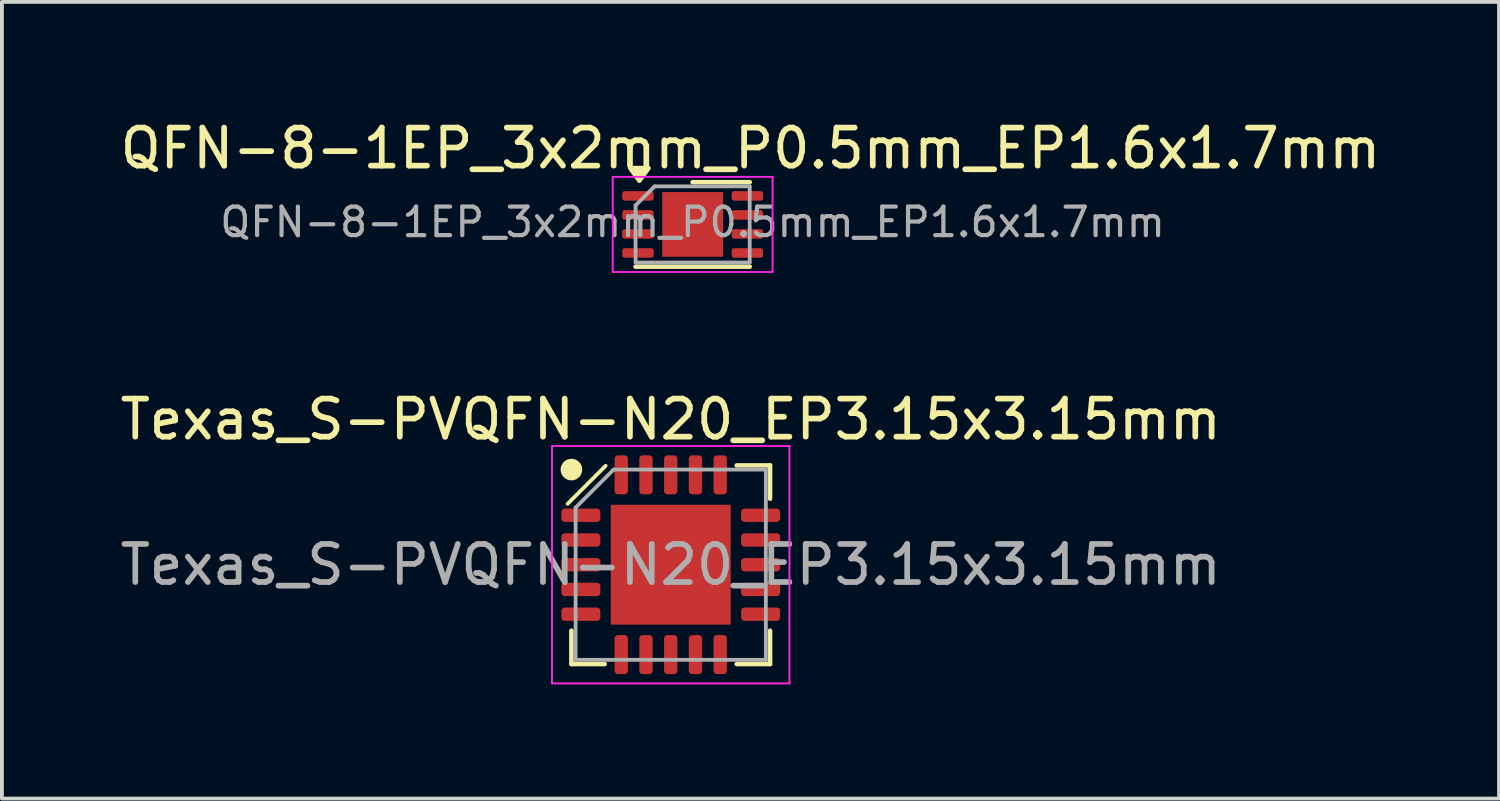
<source format=kicad_pcb>
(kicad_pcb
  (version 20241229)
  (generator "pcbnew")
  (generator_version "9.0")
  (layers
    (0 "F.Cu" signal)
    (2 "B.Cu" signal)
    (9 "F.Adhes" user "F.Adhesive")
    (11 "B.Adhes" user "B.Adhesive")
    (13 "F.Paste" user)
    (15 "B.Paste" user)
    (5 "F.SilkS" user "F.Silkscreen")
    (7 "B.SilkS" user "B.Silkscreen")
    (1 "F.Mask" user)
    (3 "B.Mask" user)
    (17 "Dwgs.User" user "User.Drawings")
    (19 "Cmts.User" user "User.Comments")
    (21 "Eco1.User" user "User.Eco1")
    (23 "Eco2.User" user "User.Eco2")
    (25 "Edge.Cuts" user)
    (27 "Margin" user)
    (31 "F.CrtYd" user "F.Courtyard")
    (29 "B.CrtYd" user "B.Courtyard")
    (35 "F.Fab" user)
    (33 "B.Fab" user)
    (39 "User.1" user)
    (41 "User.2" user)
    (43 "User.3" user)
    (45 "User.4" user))
  (footprint "Texas_S-PVQFN-N20_EP3.15x3.15mm"
    (layer "F.Cu")
    (at 14.577 11.791)
    (property "Reference" "Texas_S-PVQFN-N20_EP3.15x3.15mm" (at 0 -3.82 0) (layer "F.SilkS") (effects (font (size 1 1) (thickness 0.15))))
    (attr smd)
    (fp_line (start -2.71 -1.6) (end -1.71 -2.6) (stroke (width 0.1) (type solid)) (layer "F.SilkS"))
    (fp_line (start -2.61 2.61) (end -2.61 1.735) (stroke (width 0.12) (type solid)) (layer "F.SilkS"))
    (fp_line (start -1.735 2.61) (end -2.61 2.61) (stroke (width 0.12) (type solid)) (layer "F.SilkS"))
    (fp_line (start 1.735 -2.61) (end 2.61 -2.61) (stroke (width 0.12) (type solid)) (layer "F.SilkS"))
    (fp_line (start 1.735 2.61) (end 2.61 2.61) (stroke (width 0.12) (type solid)) (layer "F.SilkS"))
    (fp_line (start 2.61 -2.61) (end 2.61 -1.735) (stroke (width 0.12) (type solid)) (layer "F.SilkS"))
    (fp_line (start 2.61 2.61) (end 2.61 1.735) (stroke (width 0.12) (type solid)) (layer "F.SilkS"))
    (fp_circle (center -2.61 -2.5) (end -2.386 -2.5) (stroke (width 0.12) (type solid)) (fill yes) (layer "F.SilkS"))
    (fp_line (start -3.12 -3.12) (end -3.12 3.12) (stroke (width 0.05) (type solid)) (layer "F.CrtYd"))
    (fp_line (start -3.12 3.12) (end 3.12 3.12) (stroke (width 0.05) (type solid)) (layer "F.CrtYd"))
    (fp_line (start 3.12 -3.12) (end -3.12 -3.12) (stroke (width 0.05) (type solid)) (layer "F.CrtYd"))
    (fp_line (start 3.12 3.12) (end 3.12 -3.12) (stroke (width 0.05) (type solid)) (layer "F.CrtYd"))
    (fp_line (start -2.5 -1.5) (end -1.5 -2.5) (stroke (width 0.1) (type solid)) (layer "F.Fab"))
    (fp_line (start -2.5 2.5) (end -2.5 -1.5) (stroke (width 0.1) (type solid)) (layer "F.Fab"))
    (fp_line (start -1.5 -2.5) (end 2.5 -2.5) (stroke (width 0.1) (type solid)) (layer "F.Fab"))
    (fp_line (start 2.5 -2.5) (end 2.5 2.5) (stroke (width 0.1) (type solid)) (layer "F.Fab"))
    (fp_line (start 2.5 2.5) (end -2.5 2.5) (stroke (width 0.1) (type solid)) (layer "F.Fab"))
    (fp_text user "${REFERENCE}" (at 0 0 0) (layer "F.Fab") (effects (font (size 1 1) (thickness 0.15))))
    (pad "" smd roundrect (at -0.79 -0.79) (size 1.27 1.27) (layers "F.Paste") (roundrect_rratio 0.197))
    (pad "" smd roundrect (at -0.79 0.79) (size 1.27 1.27) (layers "F.Paste") (roundrect_rratio 0.197))
    (pad "" smd roundrect (at 0.79 -0.79) (size 1.27 1.27) (layers "F.Paste") (roundrect_rratio 0.197))
    (pad "" smd roundrect (at 0.79 0.79) (size 1.27 1.27) (layers "F.Paste") (roundrect_rratio 0.197))
    (pad "0" smd rect (at 0 0) (size 3.15 3.15) (layers "F.Cu" "F.Mask"))
    (pad "1" smd roundrect (at -2.362 -1.3) (size 1.025 0.35) (layers "F.Cu" "F.Mask" "F.Paste") (roundrect_rratio 0.25))
    (pad "2" smd roundrect (at -2.362 -0.65) (size 1.025 0.35) (layers "F.Cu" "F.Mask" "F.Paste") (roundrect_rratio 0.25))
    (pad "3" smd roundrect (at -2.362 0) (size 1.025 0.35) (layers "F.Cu" "F.Mask" "F.Paste") (roundrect_rratio 0.25))
    (pad "4" smd roundrect (at -2.362 0.65) (size 1.025 0.35) (layers "F.Cu" "F.Mask" "F.Paste") (roundrect_rratio 0.25))
    (pad "5" smd roundrect (at -2.362 1.3) (size 1.025 0.35) (layers "F.Cu" "F.Mask" "F.Paste") (roundrect_rratio 0.25))
    (pad "6" smd roundrect (at -1.3 2.362) (size 0.35 1.025) (layers "F.Cu" "F.Mask" "F.Paste") (roundrect_rratio 0.25))
    (pad "7" smd roundrect (at -0.65 2.362) (size 0.35 1.025) (layers "F.Cu" "F.Mask" "F.Paste") (roundrect_rratio 0.25))
    (pad "8" smd roundrect (at 0 2.362) (size 0.35 1.025) (layers "F.Cu" "F.Mask" "F.Paste") (roundrect_rratio 0.25))
    (pad "9" smd roundrect (at 0.65 2.362) (size 0.35 1.025) (layers "F.Cu" "F.Mask" "F.Paste") (roundrect_rratio 0.25))
    (pad "10" smd roundrect (at 1.3 2.362) (size 0.35 1.025) (layers "F.Cu" "F.Mask" "F.Paste") (roundrect_rratio 0.25))
    (pad "11" smd roundrect (at 2.362 1.3) (size 1.025 0.35) (layers "F.Cu" "F.Mask" "F.Paste") (roundrect_rratio 0.25))
    (pad "12" smd roundrect (at 2.362 0.65) (size 1.025 0.35) (layers "F.Cu" "F.Mask" "F.Paste") (roundrect_rratio 0.25))
    (pad "13" smd roundrect (at 2.362 0) (size 1.025 0.35) (layers "F.Cu" "F.Mask" "F.Paste") (roundrect_rratio 0.25))
    (pad "14" smd roundrect (at 2.362 -0.65) (size 1.025 0.35) (layers "F.Cu" "F.Mask" "F.Paste") (roundrect_rratio 0.25))
    (pad "15" smd roundrect (at 2.362 -1.3) (size 1.025 0.35) (layers "F.Cu" "F.Mask" "F.Paste") (roundrect_rratio 0.25))
    (pad "16" smd roundrect (at 1.3 -2.362) (size 0.35 1.025) (layers "F.Cu" "F.Mask" "F.Paste") (roundrect_rratio 0.25))
    (pad "17" smd roundrect (at 0.65 -2.362) (size 0.35 1.025) (layers "F.Cu" "F.Mask" "F.Paste") (roundrect_rratio 0.25))
    (pad "18" smd roundrect (at 0 -2.362) (size 0.35 1.025) (layers "F.Cu" "F.Mask" "F.Paste") (roundrect_rratio 0.25))
    (pad "19" smd roundrect (at -0.65 -2.362) (size 0.35 1.025) (layers "F.Cu" "F.Mask" "F.Paste") (roundrect_rratio 0.25))
    (pad "20" smd roundrect (at -1.3 -2.362) (size 0.35 1.025) (layers "F.Cu" "F.Mask" "F.Paste") (roundrect_rratio 0.25)))
  (footprint "QFN-8-1EP_3x2mm_P0.5mm_EP1.6x1.7mm"
    (layer "F.Cu")
    (at 15.153 2.848)
    (property "Reference" "QFN-8-1EP_3x2mm_P0.5mm_EP1.6x1.7mm" (at 1.52 -2 0) (layer "F.SilkS") (effects (font (size 1 1) (thickness 0.15))))
    (attr smd)
    (fp_line (start -1.5 1.11) (end 1.5 1.11) (stroke (width 0.12) (type solid)) (layer "F.SilkS"))
    (fp_line (start 0 -1.11) (end 1.5 -1.11) (stroke (width 0.12) (type solid)) (layer "F.SilkS"))
    (fp_poly (pts (xy -1.4 -1.15) (xy -1.64 -1.48) (xy -1.16 -1.48) (xy -1.4 -1.15)) (stroke (width 0.12) (type solid)) (fill yes) (layer "F.SilkS"))
    (fp_line (start -2.1 -1.25) (end -2.1 1.25) (stroke (width 0.05) (type solid)) (layer "F.CrtYd"))
    (fp_line (start -2.1 1.25) (end 2.1 1.25) (stroke (width 0.05) (type solid)) (layer "F.CrtYd"))
    (fp_line (start 2.1 -1.25) (end -2.1 -1.25) (stroke (width 0.05) (type solid)) (layer "F.CrtYd"))
    (fp_line (start 2.1 1.25) (end 2.1 -1.25) (stroke (width 0.05) (type solid)) (layer "F.CrtYd"))
    (fp_line (start -1.5 -0.5) (end -1 -1) (stroke (width 0.1) (type solid)) (layer "F.Fab"))
    (fp_line (start -1.5 1) (end -1.5 -0.5) (stroke (width 0.1) (type solid)) (layer "F.Fab"))
    (fp_line (start -1 -1) (end 1.5 -1) (stroke (width 0.1) (type solid)) (layer "F.Fab"))
    (fp_line (start 1.5 -1) (end 1.5 1) (stroke (width 0.1) (type solid)) (layer "F.Fab"))
    (fp_line (start 1.5 1) (end -1.5 1) (stroke (width 0.1) (type solid)) (layer "F.Fab"))
    (fp_text user "${REFERENCE}" (at 0 -0.06 0) (layer "F.Fab") (effects (font (size 0.75 0.75) (thickness 0.11))))
    (pad "" smd roundrect (at -0.4 -0.425) (size 0.64 0.69) (layers "F.Paste") (roundrect_rratio 0.25))
    (pad "" smd roundrect (at -0.4 0.425) (size 0.64 0.69) (layers "F.Paste") (roundrect_rratio 0.25))
    (pad "" smd roundrect (at 0.4 -0.425) (size 0.64 0.69) (layers "F.Paste") (roundrect_rratio 0.25))
    (pad "" smd roundrect (at 0.4 0.425) (size 0.64 0.69) (layers "F.Paste") (roundrect_rratio 0.25))
    (pad "1" smd roundrect (at -1.438 -0.75) (size 0.825 0.25) (layers "F.Cu" "F.Mask" "F.Paste") (roundrect_rratio 0.25))
    (pad "2" smd roundrect (at -1.438 -0.25) (size 0.825 0.25) (layers "F.Cu" "F.Mask" "F.Paste") (roundrect_rratio 0.25))
    (pad "3" smd roundrect (at -1.438 0.25) (size 0.825 0.25) (layers "F.Cu" "F.Mask" "F.Paste") (roundrect_rratio 0.25))
    (pad "4" smd roundrect (at -1.438 0.75) (size 0.825 0.25) (layers "F.Cu" "F.Mask" "F.Paste") (roundrect_rratio 0.25))
    (pad "5" smd roundrect (at 1.438 0.75) (size 0.825 0.25) (layers "F.Cu" "F.Mask" "F.Paste") (roundrect_rratio 0.25))
    (pad "6" smd roundrect (at 1.438 0.25) (size 0.825 0.25) (layers "F.Cu" "F.Mask" "F.Paste") (roundrect_rratio 0.25))
    (pad "7" smd roundrect (at 1.438 -0.25) (size 0.825 0.25) (layers "F.Cu" "F.Mask" "F.Paste") (roundrect_rratio 0.25))
    (pad "8" smd roundrect (at 1.438 -0.75) (size 0.825 0.25) (layers "F.Cu" "F.Mask" "F.Paste") (roundrect_rratio 0.25))
    (pad "9" smd rect (at 0 0) (size 1.6 1.7) (layers "F.Cu" "F.Mask")))
  (gr_rect
    (start -3 -3)
    (end 36.345 17.936)
    (stroke (width 0.1) (type default))
    (fill no)
    (layer "Edge.Cuts")))
</source>
